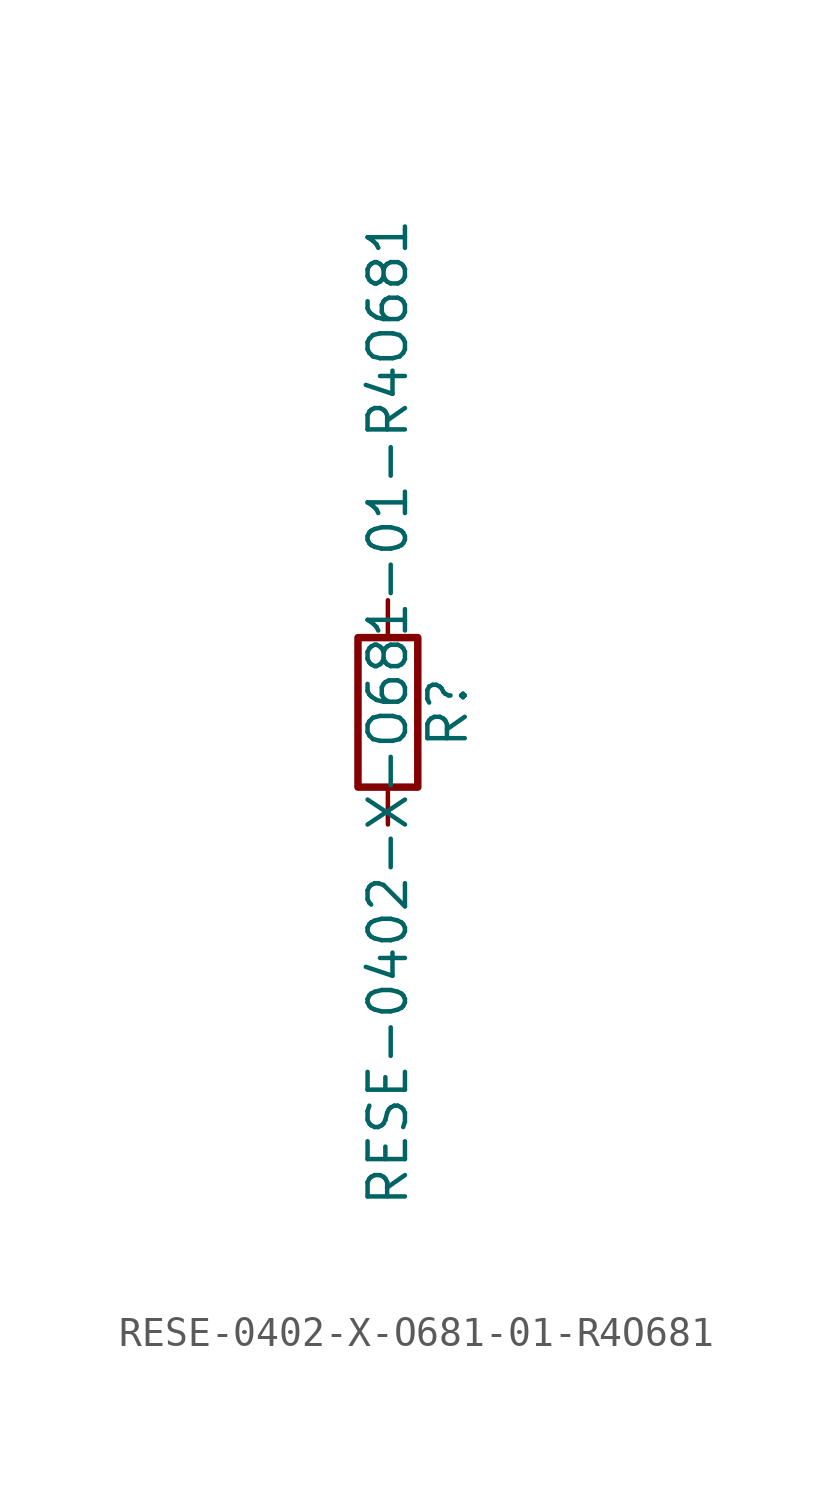
<source format=kicad_sym>
(kicad_symbol_lib
  (version 20211014)
  (generator kicad_symbol_editor)
  (symbol "RESE-0402-X-O681-01-R4O681"
    (pin_numbers hide)
    (pin_names
      (offset 0))
    (property "Reference" "R"
      (at 2.032 0 90)
      (effects (font (size 1.27 1.27))))
    (property "Value" "RESE-0402-X-O681-01-R4O681"
      (at 0 0 90)
      (effects (font (size 1.27 1.27))))
    (symbol "RESE-0402-X-O681-01-R4O681_0_1"
      (rectangle (start -1.016 -2.54) (end 1.016 2.54) (stroke (width 0.254) (type default) (color 0 0 0 0)) (fill (type none))))
    (symbol "RESE-0402-X-O681-01-R4O681_1_1"
      (pin passive line (at 0 3.81 270) (length 1.27) (name "~" (effects (font (size 1.27 1.27)))) (number "1" (effects (font (size 1.27 1.27)))))
      (pin passive line (at 0 -3.81 90) (length 1.27) (name "~" (effects (font (size 1.27 1.27)))) (number "2" (effects (font (size 1.27 1.27))))))))
</source>
